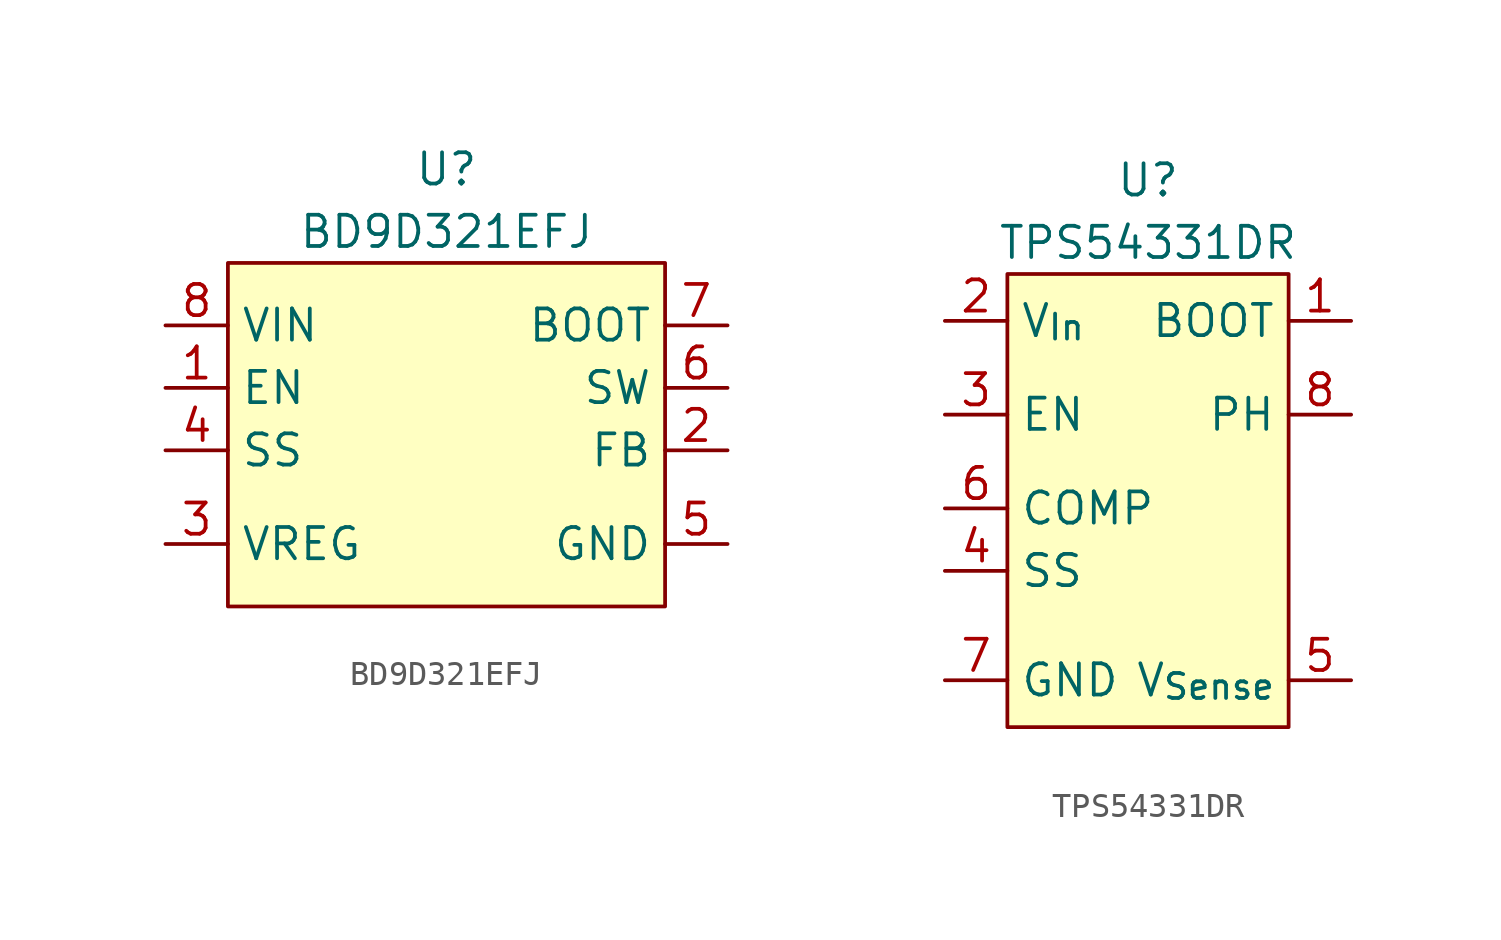
<source format=kicad_sym>
(kicad_symbol_lib
  (version 20220914)
  (generator kicad_symbol_editor)
  (symbol "BD9D321EFJ"
    (property "Reference" "U"
      (at 0 3.81 0)
      (effects (font (size 1.27 1.27))))
    (property "Value" "BD9D321EFJ"
      (at 0 1.27 0)
      (effects (font (size 1.27 1.27))))
    (symbol "BD9D321EFJ_0_1"
      (rectangle (start -8.89 0) (end 8.89 -13.97) (stroke (width 0) (type default)) (fill (type background))))
    (symbol "BD9D321EFJ_1_1"
      (pin input line (at -11.43 -5.08 0) (length 2.54) (name "EN" (effects (font (size 1.27 1.27)))) (number "1" (effects (font (size 1.27 1.27)))))
      (pin bidirectional line (at 11.43 -7.62 180) (length 2.54) (name "FB" (effects (font (size 1.27 1.27)))) (number "2" (effects (font (size 1.27 1.27)))))
      (pin input line (at -11.43 -11.43 0) (length 2.54) (name "VREG" (effects (font (size 1.27 1.27)))) (number "3" (effects (font (size 1.27 1.27)))))
      (pin input line (at -11.43 -7.62 0) (length 2.54) (name "SS" (effects (font (size 1.27 1.27)))) (number "4" (effects (font (size 1.27 1.27)))))
      (pin power_in line (at 11.43 -11.43 180) (length 2.54) (name "GND" (effects (font (size 1.27 1.27)))) (number "5" (effects (font (size 1.27 1.27)))))
      (pin power_out line (at 11.43 -5.08 180) (length 2.54) (name "SW" (effects (font (size 1.27 1.27)))) (number "6" (effects (font (size 1.27 1.27)))))
      (pin bidirectional line (at 11.43 -2.54 180) (length 2.54) (name "BOOT" (effects (font (size 1.27 1.27)))) (number "7" (effects (font (size 1.27 1.27)))))
      (pin power_in line (at -11.43 -2.54 0) (length 2.54) (name "VIN" (effects (font (size 1.27 1.27)))) (number "8" (effects (font (size 1.27 1.27)))))
      (pin power_in line (at 11.43 -11.43 180) (length 2.54) hide (name "GND" (effects (font (size 1.27 1.27)))) (number "9" (effects (font (size 1.27 1.27)))))))
  (symbol "TPS54331DR"
    (property "Reference" "U"
      (at 0 3.81 0)
      (effects (font (size 1.27 1.27))))
    (property "Value" "TPS54331DR"
      (at 0 1.27 0)
      (effects (font (size 1.27 1.27))))
    (symbol "TPS54331DR_0_1"
      (rectangle (start -5.715 0) (end 5.715 -18.415) (stroke (width 0) (type default)) (fill (type background))))
    (symbol "TPS54331DR_1_1"
      (pin passive line (at 8.255 -1.905 180) (length 2.54) (name "BOOT" (effects (font (size 1.27 1.27)))) (number "1" (effects (font (size 1.27 1.27)))))
      (pin power_in line (at -8.255 -1.905 0) (length 2.54) (name "V_{In}" (effects (font (size 1.27 1.27)))) (number "2" (effects (font (size 1.27 1.27)))))
      (pin input line (at -8.255 -5.715 0) (length 2.54) (name "EN" (effects (font (size 1.27 1.27)))) (number "3" (effects (font (size 1.27 1.27)))))
      (pin passive line (at -8.255 -12.065 0) (length 2.54) (name "SS" (effects (font (size 1.27 1.27)))) (number "4" (effects (font (size 1.27 1.27)))))
      (pin input line (at 8.255 -16.51 180) (length 2.54) (name "V_{Sense}" (effects (font (size 1.27 1.27)))) (number "5" (effects (font (size 1.27 1.27)))))
      (pin passive line (at -8.255 -9.525 0) (length 2.54) (name "COMP" (effects (font (size 1.27 1.27)))) (number "6" (effects (font (size 1.27 1.27)))))
      (pin power_in line (at -8.255 -16.51 0) (length 2.54) (name "GND" (effects (font (size 1.27 1.27)))) (number "7" (effects (font (size 1.27 1.27)))))
      (pin output line (at 8.255 -5.715 180) (length 2.54) (name "PH" (effects (font (size 1.27 1.27)))) (number "8" (effects (font (size 1.27 1.27))))))))
</source>
